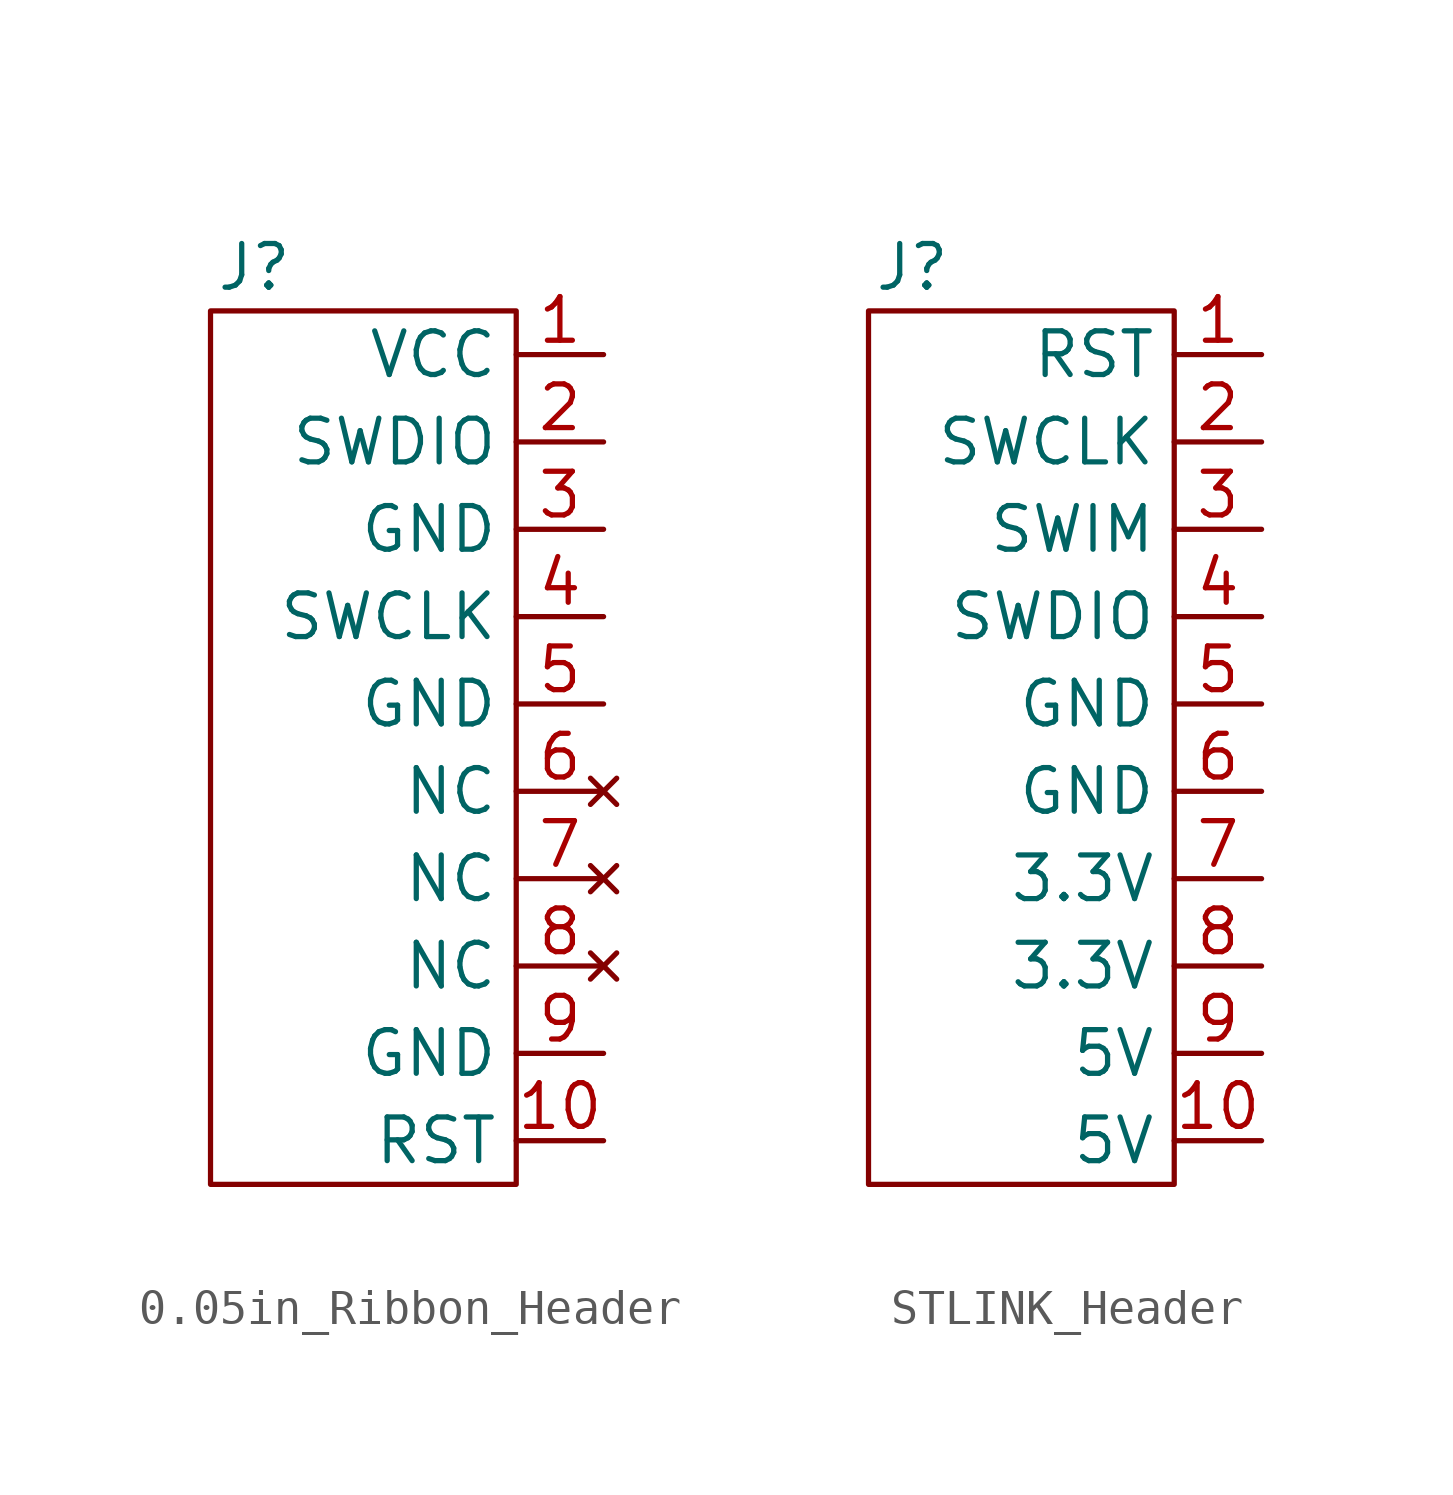
<source format=kicad_sym>
(kicad_symbol_lib
  (version 20220914)
  (generator kicad_symbol_editor)
  (symbol "0.05in_Ribbon_Header"
    (property "Reference" "J"
      (at 1.27 1.27 0)
      (effects (font (size 1.27 1.27))))
    (property "Value" ""
      (at 0 0 0)
      (effects (font (size 1.27 1.27))))
    (symbol "0.05in_Ribbon_Header_0_1"
      (rectangle (start 0 0) (end 8.89 -25.4) (stroke (width 0) (type default)) (fill (type none))))
    (symbol "0.05in_Ribbon_Header_1_1"
      (pin power_in line (at 11.43 -1.27 180) (length 2.54) (name "VCC" (effects (font (size 1.27 1.27)))) (number "1" (effects (font (size 1.27 1.27)))))
      (pin output line (at 11.43 -24.13 180) (length 2.54) (name "RST" (effects (font (size 1.27 1.27)))) (number "10" (effects (font (size 1.27 1.27)))))
      (pin bidirectional line (at 11.43 -3.81 180) (length 2.54) (name "SWDIO" (effects (font (size 1.27 1.27)))) (number "2" (effects (font (size 1.27 1.27)))))
      (pin power_in line (at 11.43 -6.35 180) (length 2.54) (name "GND" (effects (font (size 1.27 1.27)))) (number "3" (effects (font (size 1.27 1.27)))))
      (pin input line (at 11.43 -8.89 180) (length 2.54) (name "SWCLK" (effects (font (size 1.27 1.27)))) (number "4" (effects (font (size 1.27 1.27)))))
      (pin power_in line (at 11.43 -11.43 180) (length 2.54) (name "GND" (effects (font (size 1.27 1.27)))) (number "5" (effects (font (size 1.27 1.27)))))
      (pin no_connect line (at 11.43 -13.97 180) (length 2.54) (name "NC" (effects (font (size 1.27 1.27)))) (number "6" (effects (font (size 1.27 1.27)))))
      (pin no_connect line (at 11.43 -16.51 180) (length 2.54) (name "NC" (effects (font (size 1.27 1.27)))) (number "7" (effects (font (size 1.27 1.27)))))
      (pin no_connect line (at 11.43 -19.05 180) (length 2.54) (name "NC" (effects (font (size 1.27 1.27)))) (number "8" (effects (font (size 1.27 1.27)))))
      (pin power_in line (at 11.43 -21.59 180) (length 2.54) (name "GND" (effects (font (size 1.27 1.27)))) (number "9" (effects (font (size 1.27 1.27)))))))
  (symbol "STLINK_Header"
    (property "Reference" "J"
      (at 1.27 1.27 0)
      (effects (font (size 1.27 1.27))))
    (property "Value" ""
      (at 0 0 0)
      (effects (font (size 1.27 1.27))))
    (symbol "STLINK_Header_0_1"
      (rectangle (start 0 0) (end 8.89 -25.4) (stroke (width 0) (type default)) (fill (type none))))
    (symbol "STLINK_Header_1_1"
      (pin output line (at 11.43 -1.27 180) (length 2.54) (name "RST" (effects (font (size 1.27 1.27)))) (number "1" (effects (font (size 1.27 1.27)))))
      (pin power_out line (at 11.43 -24.13 180) (length 2.54) (name "5V" (effects (font (size 1.27 1.27)))) (number "10" (effects (font (size 1.27 1.27)))))
      (pin output line (at 11.43 -3.81 180) (length 2.54) (name "SWCLK" (effects (font (size 1.27 1.27)))) (number "2" (effects (font (size 1.27 1.27)))))
      (pin input line (at 11.43 -6.35 180) (length 2.54) (name "SWIM" (effects (font (size 1.27 1.27)))) (number "3" (effects (font (size 1.27 1.27)))))
      (pin bidirectional line (at 11.43 -8.89 180) (length 2.54) (name "SWDIO" (effects (font (size 1.27 1.27)))) (number "4" (effects (font (size 1.27 1.27)))))
      (pin power_out line (at 11.43 -11.43 180) (length 2.54) (name "GND" (effects (font (size 1.27 1.27)))) (number "5" (effects (font (size 1.27 1.27)))))
      (pin power_out line (at 11.43 -13.97 180) (length 2.54) (name "GND" (effects (font (size 1.27 1.27)))) (number "6" (effects (font (size 1.27 1.27)))))
      (pin power_out line (at 11.43 -16.51 180) (length 2.54) (name "3.3V" (effects (font (size 1.27 1.27)))) (number "7" (effects (font (size 1.27 1.27)))))
      (pin power_out line (at 11.43 -19.05 180) (length 2.54) (name "3.3V" (effects (font (size 1.27 1.27)))) (number "8" (effects (font (size 1.27 1.27)))))
      (pin power_out line (at 11.43 -21.59 180) (length 2.54) (name "5V" (effects (font (size 1.27 1.27)))) (number "9" (effects (font (size 1.27 1.27))))))))
</source>
